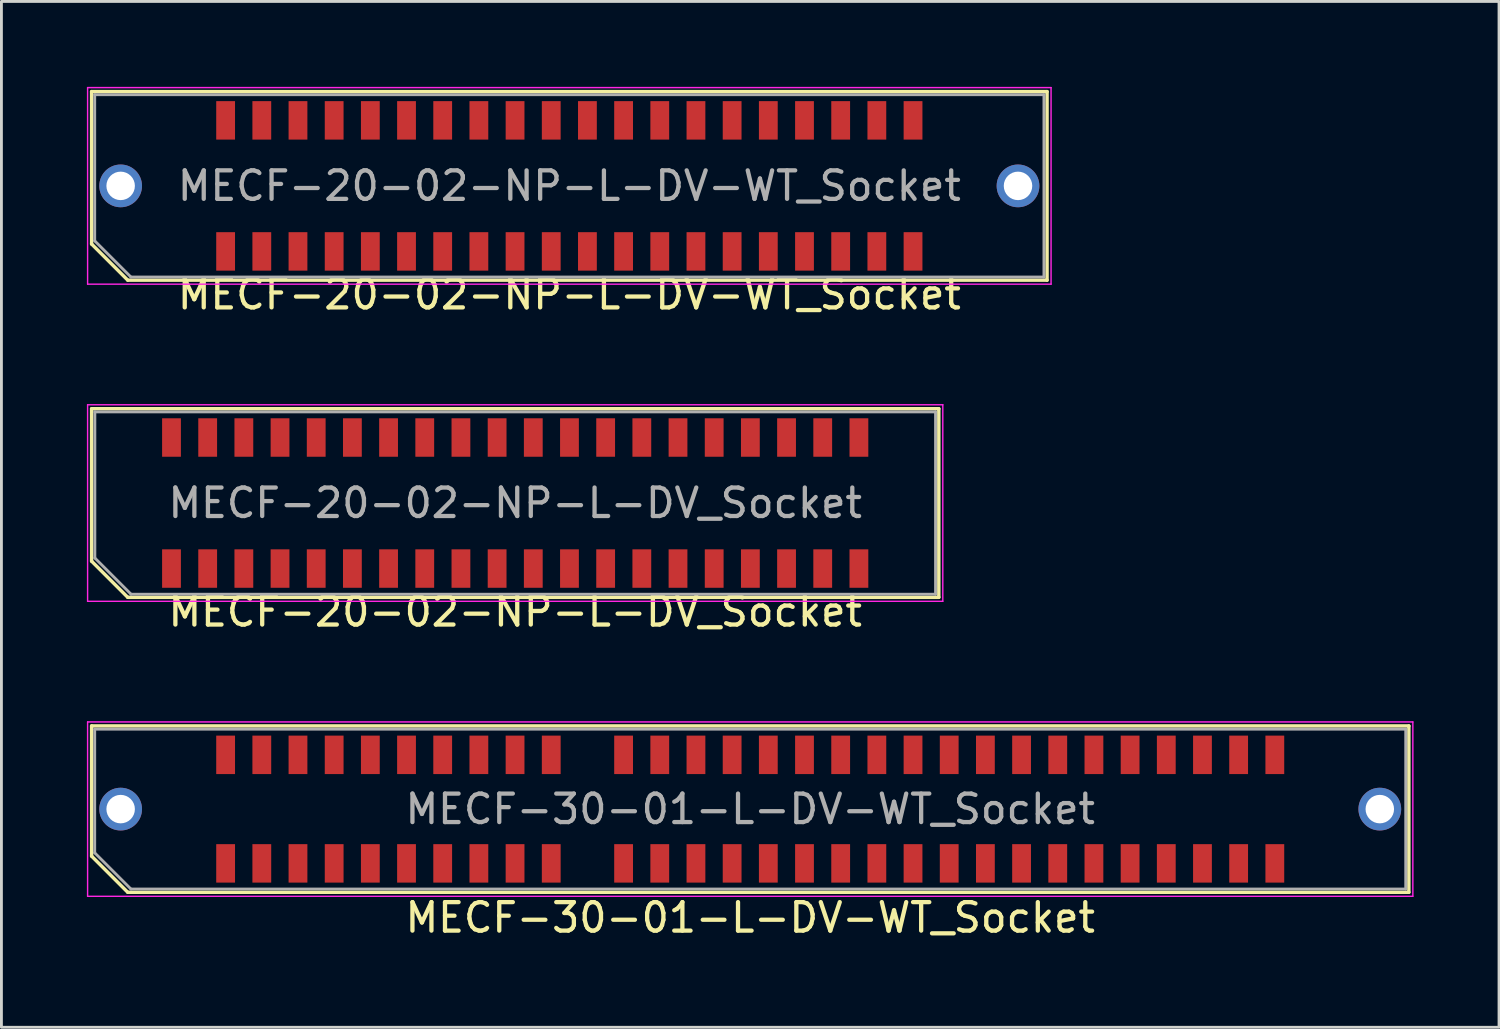
<source format=kicad_pcb>
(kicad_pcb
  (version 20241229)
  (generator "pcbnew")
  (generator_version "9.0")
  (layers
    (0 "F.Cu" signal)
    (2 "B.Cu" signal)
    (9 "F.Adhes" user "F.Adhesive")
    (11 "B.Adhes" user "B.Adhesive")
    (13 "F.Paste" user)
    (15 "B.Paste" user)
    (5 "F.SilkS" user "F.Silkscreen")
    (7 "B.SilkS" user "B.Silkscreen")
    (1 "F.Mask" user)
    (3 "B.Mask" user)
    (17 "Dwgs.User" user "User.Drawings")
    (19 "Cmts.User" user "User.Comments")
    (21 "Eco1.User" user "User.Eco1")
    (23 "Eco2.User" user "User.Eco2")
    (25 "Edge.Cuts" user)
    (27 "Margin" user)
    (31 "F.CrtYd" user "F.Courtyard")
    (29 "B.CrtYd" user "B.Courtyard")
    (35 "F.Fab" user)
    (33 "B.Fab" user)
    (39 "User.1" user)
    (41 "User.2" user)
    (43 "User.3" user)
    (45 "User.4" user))
  (footprint "MECF-20-02-NP-L-DV_Socket"
    (layer "F.Cu")
    (at 15.035 14.608)
    (property "Reference" "MECF-20-02-NP-L-DV_Socket" (at 0 3.81 0) (layer "F.SilkS") (effects (font (size 1 1) (thickness 0.15))))
    (attr smd)
    (fp_line (start -14.87 -3.31) (end 14.87 -3.31) (stroke (width 0.12) (type solid)) (layer "F.SilkS"))
    (fp_line (start -14.87 2.04) (end -14.87 -3.31) (stroke (width 0.12) (type solid)) (layer "F.SilkS"))
    (fp_line (start -13.6 3.31) (end -14.87 2.04) (stroke (width 0.12) (type solid)) (layer "F.SilkS"))
    (fp_line (start -13.6 3.31) (end 14.87 3.31) (stroke (width 0.12) (type solid)) (layer "F.SilkS"))
    (fp_line (start 14.87 3.31) (end 14.87 -3.31) (stroke (width 0.12) (type solid)) (layer "F.SilkS"))
    (fp_line (start -15.01 -3.45) (end -15.01 3.45) (stroke (width 0.05) (type solid)) (layer "F.CrtYd"))
    (fp_line (start -15.01 3.45) (end 15.01 3.45) (stroke (width 0.05) (type solid)) (layer "F.CrtYd"))
    (fp_line (start 15.01 -3.45) (end -15.01 -3.45) (stroke (width 0.05) (type solid)) (layer "F.CrtYd"))
    (fp_line (start 15.01 3.45) (end 15.01 -3.45) (stroke (width 0.05) (type solid)) (layer "F.CrtYd"))
    (fp_line (start -14.755 -3.2) (end 14.755 -3.2) (stroke (width 0.1) (type solid)) (layer "F.Fab"))
    (fp_line (start -14.755 1.93) (end -14.755 -3.2) (stroke (width 0.1) (type solid)) (layer "F.Fab"))
    (fp_line (start -14.755 1.93) (end -13.485 3.2) (stroke (width 0.1) (type solid)) (layer "F.Fab"))
    (fp_line (start -13.485 3.2) (end 14.755 3.2) (stroke (width 0.1) (type solid)) (layer "F.Fab"))
    (fp_line (start 14.755 3.2) (end 14.755 -3.2) (stroke (width 0.1) (type solid)) (layer "F.Fab"))
    (fp_text user "${REFERENCE}" (at 0 0 0) (layer "F.Fab") (effects (font (size 1 1) (thickness 0.15))))
    (pad "" np_thru_hole circle (at -13.845 0) (size 0.001 0.001) (drill 1.45) (layers "*.Cu" "*.Mask"))
    (pad "" np_thru_hole circle (at 13.845 1) (size 0.001 0.001) (drill 1.45) (layers "*.Cu" "*.Mask"))
    (pad "1" smd rect (at -12.065 2.3) (size 0.66 1.35) (layers "F.Cu" "F.Mask" "F.Paste"))
    (pad "2" smd rect (at -12.065 -2.3) (size 0.66 1.35) (layers "F.Cu" "F.Mask" "F.Paste"))
    (pad "3" smd rect (at -10.795 2.3) (size 0.66 1.35) (layers "F.Cu" "F.Mask" "F.Paste"))
    (pad "4" smd rect (at -10.795 -2.3) (size 0.66 1.35) (layers "F.Cu" "F.Mask" "F.Paste"))
    (pad "5" smd rect (at -9.525 2.3) (size 0.66 1.35) (layers "F.Cu" "F.Mask" "F.Paste"))
    (pad "6" smd rect (at -9.525 -2.3) (size 0.66 1.35) (layers "F.Cu" "F.Mask" "F.Paste"))
    (pad "7" smd rect (at -8.255 2.3) (size 0.66 1.35) (layers "F.Cu" "F.Mask" "F.Paste"))
    (pad "8" smd rect (at -8.255 -2.3) (size 0.66 1.35) (layers "F.Cu" "F.Mask" "F.Paste"))
    (pad "9" smd rect (at -6.985 2.3) (size 0.66 1.35) (layers "F.Cu" "F.Mask" "F.Paste"))
    (pad "10" smd rect (at -6.985 -2.3) (size 0.66 1.35) (layers "F.Cu" "F.Mask" "F.Paste"))
    (pad "11" smd rect (at -5.715 2.3) (size 0.66 1.35) (layers "F.Cu" "F.Mask" "F.Paste"))
    (pad "12" smd rect (at -5.715 -2.3) (size 0.66 1.35) (layers "F.Cu" "F.Mask" "F.Paste"))
    (pad "13" smd rect (at -4.445 2.3) (size 0.66 1.35) (layers "F.Cu" "F.Mask" "F.Paste"))
    (pad "14" smd rect (at -4.445 -2.3) (size 0.66 1.35) (layers "F.Cu" "F.Mask" "F.Paste"))
    (pad "15" smd rect (at -3.175 2.3) (size 0.66 1.35) (layers "F.Cu" "F.Mask" "F.Paste"))
    (pad "16" smd rect (at -3.175 -2.3) (size 0.66 1.35) (layers "F.Cu" "F.Mask" "F.Paste"))
    (pad "17" smd rect (at -1.905 2.3) (size 0.66 1.35) (layers "F.Cu" "F.Mask" "F.Paste"))
    (pad "18" smd rect (at -1.905 -2.3) (size 0.66 1.35) (layers "F.Cu" "F.Mask" "F.Paste"))
    (pad "19" smd rect (at -0.635 2.3) (size 0.66 1.35) (layers "F.Cu" "F.Mask" "F.Paste"))
    (pad "20" smd rect (at -0.635 -2.3) (size 0.66 1.35) (layers "F.Cu" "F.Mask" "F.Paste"))
    (pad "21" smd rect (at 0.635 2.3) (size 0.66 1.35) (layers "F.Cu" "F.Mask" "F.Paste"))
    (pad "22" smd rect (at 0.635 -2.3) (size 0.66 1.35) (layers "F.Cu" "F.Mask" "F.Paste"))
    (pad "23" smd rect (at 1.905 2.3) (size 0.66 1.35) (layers "F.Cu" "F.Mask" "F.Paste"))
    (pad "24" smd rect (at 1.905 -2.3) (size 0.66 1.35) (layers "F.Cu" "F.Mask" "F.Paste"))
    (pad "25" smd rect (at 3.175 2.3) (size 0.66 1.35) (layers "F.Cu" "F.Mask" "F.Paste"))
    (pad "26" smd rect (at 3.175 -2.3) (size 0.66 1.35) (layers "F.Cu" "F.Mask" "F.Paste"))
    (pad "27" smd rect (at 4.445 2.3) (size 0.66 1.35) (layers "F.Cu" "F.Mask" "F.Paste"))
    (pad "28" smd rect (at 4.445 -2.3) (size 0.66 1.35) (layers "F.Cu" "F.Mask" "F.Paste"))
    (pad "29" smd rect (at 5.715 2.3) (size 0.66 1.35) (layers "F.Cu" "F.Mask" "F.Paste"))
    (pad "30" smd rect (at 5.715 -2.3) (size 0.66 1.35) (layers "F.Cu" "F.Mask" "F.Paste"))
    (pad "31" smd rect (at 6.985 2.3) (size 0.66 1.35) (layers "F.Cu" "F.Mask" "F.Paste"))
    (pad "32" smd rect (at 6.985 -2.3) (size 0.66 1.35) (layers "F.Cu" "F.Mask" "F.Paste"))
    (pad "33" smd rect (at 8.255 2.3) (size 0.66 1.35) (layers "F.Cu" "F.Mask" "F.Paste"))
    (pad "34" smd rect (at 8.255 -2.3) (size 0.66 1.35) (layers "F.Cu" "F.Mask" "F.Paste"))
    (pad "35" smd rect (at 9.525 2.3) (size 0.66 1.35) (layers "F.Cu" "F.Mask" "F.Paste"))
    (pad "36" smd rect (at 9.525 -2.3) (size 0.66 1.35) (layers "F.Cu" "F.Mask" "F.Paste"))
    (pad "37" smd rect (at 10.795 2.3) (size 0.66 1.35) (layers "F.Cu" "F.Mask" "F.Paste"))
    (pad "38" smd rect (at 10.795 -2.3) (size 0.66 1.35) (layers "F.Cu" "F.Mask" "F.Paste"))
    (pad "39" smd rect (at 12.065 2.3) (size 0.66 1.35) (layers "F.Cu" "F.Mask" "F.Paste"))
    (pad "40" smd rect (at 12.065 -2.3) (size 0.66 1.35) (layers "F.Cu" "F.Mask" "F.Paste")))
  (footprint "MECF-30-01-L-DV-WT_Socket"
    (layer "F.Cu")
    (at 23.285 25.352)
    (property "Reference" "MECF-30-01-L-DV-WT_Socket" (at 0 3.81 0) (layer "F.SilkS") (effects (font (size 1 1) (thickness 0.15))))
    (attr smd)
    (fp_line (start -23.12 -2.92) (end 23.12 -2.92) (stroke (width 0.12) (type solid)) (layer "F.SilkS"))
    (fp_line (start -23.12 1.65) (end -23.12 -2.92) (stroke (width 0.12) (type solid)) (layer "F.SilkS"))
    (fp_line (start -21.85 2.92) (end -23.12 1.65) (stroke (width 0.12) (type solid)) (layer "F.SilkS"))
    (fp_line (start -21.85 2.92) (end 23.12 2.92) (stroke (width 0.12) (type solid)) (layer "F.SilkS"))
    (fp_line (start 23.12 2.92) (end 23.12 -2.92) (stroke (width 0.12) (type solid)) (layer "F.SilkS"))
    (fp_line (start -23.26 -3.06) (end -23.26 3.06) (stroke (width 0.05) (type solid)) (layer "F.CrtYd"))
    (fp_line (start -23.26 3.06) (end 23.26 3.06) (stroke (width 0.05) (type solid)) (layer "F.CrtYd"))
    (fp_line (start 23.26 -3.06) (end -23.26 -3.06) (stroke (width 0.05) (type solid)) (layer "F.CrtYd"))
    (fp_line (start 23.26 3.06) (end 23.26 -3.06) (stroke (width 0.05) (type solid)) (layer "F.CrtYd"))
    (fp_line (start -23.01 -2.805) (end 23.01 -2.805) (stroke (width 0.1) (type solid)) (layer "F.Fab"))
    (fp_line (start -23.01 1.535) (end -23.01 -2.805) (stroke (width 0.1) (type solid)) (layer "F.Fab"))
    (fp_line (start -23.01 1.535) (end -21.74 2.805) (stroke (width 0.1) (type solid)) (layer "F.Fab"))
    (fp_line (start -21.74 2.805) (end 23.01 2.805) (stroke (width 0.1) (type solid)) (layer "F.Fab"))
    (fp_line (start 23.01 2.805) (end 23.01 -2.805) (stroke (width 0.1) (type solid)) (layer "F.Fab"))
    (fp_text user "${REFERENCE}" (at 0 0 0) (layer "F.Fab") (effects (font (size 1 1) (thickness 0.15))))
    (pad "" thru_hole circle (at -22.1 0) (size 1.5 1.5) (drill 1) (layers "*.Cu" "*.Mask"))
    (pad "" np_thru_hole circle (at -20.195 0) (size 0.001 0.001) (drill 1.45) (layers "*.Cu" "*.Mask"))
    (pad "" np_thru_hole circle (at 20.195 1) (size 0.001 0.001) (drill 1.45) (layers "*.Cu" "*.Mask"))
    (pad "" thru_hole circle (at 22.1 0) (size 1.5 1.5) (drill 1) (layers "*.Cu" "*.Mask"))
    (pad "1" smd rect (at -18.415 1.905) (size 0.66 1.35) (layers "F.Cu" "F.Mask" "F.Paste"))
    (pad "2" smd rect (at -18.415 -1.905) (size 0.66 1.35) (layers "F.Cu" "F.Mask" "F.Paste"))
    (pad "3" smd rect (at -17.145 1.905) (size 0.66 1.35) (layers "F.Cu" "F.Mask" "F.Paste"))
    (pad "4" smd rect (at -17.145 -1.905) (size 0.66 1.35) (layers "F.Cu" "F.Mask" "F.Paste"))
    (pad "5" smd rect (at -15.875 1.905) (size 0.66 1.35) (layers "F.Cu" "F.Mask" "F.Paste"))
    (pad "6" smd rect (at -15.875 -1.905) (size 0.66 1.35) (layers "F.Cu" "F.Mask" "F.Paste"))
    (pad "7" smd rect (at -14.605 1.905) (size 0.66 1.35) (layers "F.Cu" "F.Mask" "F.Paste"))
    (pad "8" smd rect (at -14.605 -1.905) (size 0.66 1.35) (layers "F.Cu" "F.Mask" "F.Paste"))
    (pad "9" smd rect (at -13.335 1.905) (size 0.66 1.35) (layers "F.Cu" "F.Mask" "F.Paste"))
    (pad "10" smd rect (at -13.335 -1.905) (size 0.66 1.35) (layers "F.Cu" "F.Mask" "F.Paste"))
    (pad "11" smd rect (at -12.065 1.905) (size 0.66 1.35) (layers "F.Cu" "F.Mask" "F.Paste"))
    (pad "12" smd rect (at -12.065 -1.905) (size 0.66 1.35) (layers "F.Cu" "F.Mask" "F.Paste"))
    (pad "13" smd rect (at -10.795 1.905) (size 0.66 1.35) (layers "F.Cu" "F.Mask" "F.Paste"))
    (pad "14" smd rect (at -10.795 -1.905) (size 0.66 1.35) (layers "F.Cu" "F.Mask" "F.Paste"))
    (pad "15" smd rect (at -9.525 1.905) (size 0.66 1.35) (layers "F.Cu" "F.Mask" "F.Paste"))
    (pad "16" smd rect (at -9.525 -1.905) (size 0.66 1.35) (layers "F.Cu" "F.Mask" "F.Paste"))
    (pad "17" smd rect (at -8.255 1.905) (size 0.66 1.35) (layers "F.Cu" "F.Mask" "F.Paste"))
    (pad "18" smd rect (at -8.255 -1.905) (size 0.66 1.35) (layers "F.Cu" "F.Mask" "F.Paste"))
    (pad "19" smd rect (at -6.985 1.905) (size 0.66 1.35) (layers "F.Cu" "F.Mask" "F.Paste"))
    (pad "20" smd rect (at -6.985 -1.905) (size 0.66 1.35) (layers "F.Cu" "F.Mask" "F.Paste"))
    (pad "23" smd rect (at -4.445 1.905) (size 0.66 1.35) (layers "F.Cu" "F.Mask" "F.Paste"))
    (pad "24" smd rect (at -4.445 -1.905) (size 0.66 1.35) (layers "F.Cu" "F.Mask" "F.Paste"))
    (pad "25" smd rect (at -3.175 1.905) (size 0.66 1.35) (layers "F.Cu" "F.Mask" "F.Paste"))
    (pad "26" smd rect (at -3.175 -1.905) (size 0.66 1.35) (layers "F.Cu" "F.Mask" "F.Paste"))
    (pad "27" smd rect (at -1.905 1.905) (size 0.66 1.35) (layers "F.Cu" "F.Mask" "F.Paste"))
    (pad "28" smd rect (at -1.905 -1.905) (size 0.66 1.35) (layers "F.Cu" "F.Mask" "F.Paste"))
    (pad "29" smd rect (at -0.635 1.905) (size 0.66 1.35) (layers "F.Cu" "F.Mask" "F.Paste"))
    (pad "30" smd rect (at -0.635 -1.905) (size 0.66 1.35) (layers "F.Cu" "F.Mask" "F.Paste"))
    (pad "31" smd rect (at 0.635 1.905) (size 0.66 1.35) (layers "F.Cu" "F.Mask" "F.Paste"))
    (pad "32" smd rect (at 0.635 -1.905) (size 0.66 1.35) (layers "F.Cu" "F.Mask" "F.Paste"))
    (pad "33" smd rect (at 1.905 1.905) (size 0.66 1.35) (layers "F.Cu" "F.Mask" "F.Paste"))
    (pad "34" smd rect (at 1.905 -1.905) (size 0.66 1.35) (layers "F.Cu" "F.Mask" "F.Paste"))
    (pad "35" smd rect (at 3.175 1.905) (size 0.66 1.35) (layers "F.Cu" "F.Mask" "F.Paste"))
    (pad "36" smd rect (at 3.175 -1.905) (size 0.66 1.35) (layers "F.Cu" "F.Mask" "F.Paste"))
    (pad "37" smd rect (at 4.445 1.905) (size 0.66 1.35) (layers "F.Cu" "F.Mask" "F.Paste"))
    (pad "38" smd rect (at 4.445 -1.905) (size 0.66 1.35) (layers "F.Cu" "F.Mask" "F.Paste"))
    (pad "39" smd rect (at 5.715 1.905) (size 0.66 1.35) (layers "F.Cu" "F.Mask" "F.Paste"))
    (pad "40" smd rect (at 5.715 -1.905) (size 0.66 1.35) (layers "F.Cu" "F.Mask" "F.Paste"))
    (pad "41" smd rect (at 6.985 1.905) (size 0.66 1.35) (layers "F.Cu" "F.Mask" "F.Paste"))
    (pad "42" smd rect (at 6.985 -1.905) (size 0.66 1.35) (layers "F.Cu" "F.Mask" "F.Paste"))
    (pad "43" smd rect (at 8.255 1.905) (size 0.66 1.35) (layers "F.Cu" "F.Mask" "F.Paste"))
    (pad "44" smd rect (at 8.255 -1.905) (size 0.66 1.35) (layers "F.Cu" "F.Mask" "F.Paste"))
    (pad "45" smd rect (at 9.525 1.905) (size 0.66 1.35) (layers "F.Cu" "F.Mask" "F.Paste"))
    (pad "46" smd rect (at 9.525 -1.905) (size 0.66 1.35) (layers "F.Cu" "F.Mask" "F.Paste"))
    (pad "47" smd rect (at 10.795 1.905) (size 0.66 1.35) (layers "F.Cu" "F.Mask" "F.Paste"))
    (pad "48" smd rect (at 10.795 -1.905) (size 0.66 1.35) (layers "F.Cu" "F.Mask" "F.Paste"))
    (pad "49" smd rect (at 12.065 1.905) (size 0.66 1.35) (layers "F.Cu" "F.Mask" "F.Paste"))
    (pad "50" smd rect (at 12.065 -1.905) (size 0.66 1.35) (layers "F.Cu" "F.Mask" "F.Paste"))
    (pad "51" smd rect (at 13.335 1.905) (size 0.66 1.35) (layers "F.Cu" "F.Mask" "F.Paste"))
    (pad "52" smd rect (at 13.335 -1.905) (size 0.66 1.35) (layers "F.Cu" "F.Mask" "F.Paste"))
    (pad "53" smd rect (at 14.605 1.905) (size 0.66 1.35) (layers "F.Cu" "F.Mask" "F.Paste"))
    (pad "54" smd rect (at 14.605 -1.905) (size 0.66 1.35) (layers "F.Cu" "F.Mask" "F.Paste"))
    (pad "55" smd rect (at 15.875 1.905) (size 0.66 1.35) (layers "F.Cu" "F.Mask" "F.Paste"))
    (pad "56" smd rect (at 15.875 -1.905) (size 0.66 1.35) (layers "F.Cu" "F.Mask" "F.Paste"))
    (pad "57" smd rect (at 17.145 1.905) (size 0.66 1.35) (layers "F.Cu" "F.Mask" "F.Paste"))
    (pad "58" smd rect (at 17.145 -1.905) (size 0.66 1.35) (layers "F.Cu" "F.Mask" "F.Paste"))
    (pad "59" smd rect (at 18.415 1.905) (size 0.66 1.35) (layers "F.Cu" "F.Mask" "F.Paste"))
    (pad "60" smd rect (at 18.415 -1.905) (size 0.66 1.35) (layers "F.Cu" "F.Mask" "F.Paste")))
  (footprint "MECF-20-02-NP-L-DV-WT_Socket"
    (layer "F.Cu")
    (at 16.935 3.475)
    (property "Reference" "MECF-20-02-NP-L-DV-WT_Socket" (at 0 3.81 0) (layer "F.SilkS") (effects (font (size 1 1) (thickness 0.15))))
    (attr smd)
    (fp_line (start -16.77 -3.31) (end 16.77 -3.31) (stroke (width 0.12) (type solid)) (layer "F.SilkS"))
    (fp_line (start -16.77 2.04) (end -16.77 -3.31) (stroke (width 0.12) (type solid)) (layer "F.SilkS"))
    (fp_line (start -15.5 3.31) (end -16.77 2.04) (stroke (width 0.12) (type solid)) (layer "F.SilkS"))
    (fp_line (start -15.5 3.31) (end 16.77 3.31) (stroke (width 0.12) (type solid)) (layer "F.SilkS"))
    (fp_line (start 16.77 3.31) (end 16.77 -3.31) (stroke (width 0.12) (type solid)) (layer "F.SilkS"))
    (fp_line (start -16.91 -3.45) (end -16.91 3.45) (stroke (width 0.05) (type solid)) (layer "F.CrtYd"))
    (fp_line (start -16.91 3.45) (end 16.91 3.45) (stroke (width 0.05) (type solid)) (layer "F.CrtYd"))
    (fp_line (start 16.91 -3.45) (end -16.91 -3.45) (stroke (width 0.05) (type solid)) (layer "F.CrtYd"))
    (fp_line (start 16.91 3.45) (end 16.91 -3.45) (stroke (width 0.05) (type solid)) (layer "F.CrtYd"))
    (fp_line (start -16.66 -3.2) (end 16.66 -3.2) (stroke (width 0.1) (type solid)) (layer "F.Fab"))
    (fp_line (start -16.66 1.93) (end -16.66 -3.2) (stroke (width 0.1) (type solid)) (layer "F.Fab"))
    (fp_line (start -16.66 1.93) (end -15.39 3.2) (stroke (width 0.1) (type solid)) (layer "F.Fab"))
    (fp_line (start -15.39 3.2) (end 16.66 3.2) (stroke (width 0.1) (type solid)) (layer "F.Fab"))
    (fp_line (start 16.66 3.2) (end 16.66 -3.2) (stroke (width 0.1) (type solid)) (layer "F.Fab"))
    (fp_text user "${REFERENCE}" (at 0 0 0) (layer "F.Fab") (effects (font (size 1 1) (thickness 0.15))))
    (pad "" thru_hole circle (at -15.75 0) (size 1.5 1.5) (drill 1) (layers "*.Cu" "*.Mask"))
    (pad "" np_thru_hole circle (at -13.845 0) (size 0.001 0.001) (drill 1.45) (layers "*.Cu" "*.Mask"))
    (pad "" np_thru_hole circle (at 13.845 1) (size 0.001 0.001) (drill 1.45) (layers "*.Cu" "*.Mask"))
    (pad "" thru_hole circle (at 15.75 0) (size 1.5 1.5) (drill 1) (layers "*.Cu" "*.Mask"))
    (pad "1" smd rect (at -12.065 2.3) (size 0.66 1.35) (layers "F.Cu" "F.Mask" "F.Paste"))
    (pad "2" smd rect (at -12.065 -2.3) (size 0.66 1.35) (layers "F.Cu" "F.Mask" "F.Paste"))
    (pad "3" smd rect (at -10.795 2.3) (size 0.66 1.35) (layers "F.Cu" "F.Mask" "F.Paste"))
    (pad "4" smd rect (at -10.795 -2.3) (size 0.66 1.35) (layers "F.Cu" "F.Mask" "F.Paste"))
    (pad "5" smd rect (at -9.525 2.3) (size 0.66 1.35) (layers "F.Cu" "F.Mask" "F.Paste"))
    (pad "6" smd rect (at -9.525 -2.3) (size 0.66 1.35) (layers "F.Cu" "F.Mask" "F.Paste"))
    (pad "7" smd rect (at -8.255 2.3) (size 0.66 1.35) (layers "F.Cu" "F.Mask" "F.Paste"))
    (pad "8" smd rect (at -8.255 -2.3) (size 0.66 1.35) (layers "F.Cu" "F.Mask" "F.Paste"))
    (pad "9" smd rect (at -6.985 2.3) (size 0.66 1.35) (layers "F.Cu" "F.Mask" "F.Paste"))
    (pad "10" smd rect (at -6.985 -2.3) (size 0.66 1.35) (layers "F.Cu" "F.Mask" "F.Paste"))
    (pad "11" smd rect (at -5.715 2.3) (size 0.66 1.35) (layers "F.Cu" "F.Mask" "F.Paste"))
    (pad "12" smd rect (at -5.715 -2.3) (size 0.66 1.35) (layers "F.Cu" "F.Mask" "F.Paste"))
    (pad "13" smd rect (at -4.445 2.3) (size 0.66 1.35) (layers "F.Cu" "F.Mask" "F.Paste"))
    (pad "14" smd rect (at -4.445 -2.3) (size 0.66 1.35) (layers "F.Cu" "F.Mask" "F.Paste"))
    (pad "15" smd rect (at -3.175 2.3) (size 0.66 1.35) (layers "F.Cu" "F.Mask" "F.Paste"))
    (pad "16" smd rect (at -3.175 -2.3) (size 0.66 1.35) (layers "F.Cu" "F.Mask" "F.Paste"))
    (pad "17" smd rect (at -1.905 2.3) (size 0.66 1.35) (layers "F.Cu" "F.Mask" "F.Paste"))
    (pad "18" smd rect (at -1.905 -2.3) (size 0.66 1.35) (layers "F.Cu" "F.Mask" "F.Paste"))
    (pad "19" smd rect (at -0.635 2.3) (size 0.66 1.35) (layers "F.Cu" "F.Mask" "F.Paste"))
    (pad "20" smd rect (at -0.635 -2.3) (size 0.66 1.35) (layers "F.Cu" "F.Mask" "F.Paste"))
    (pad "21" smd rect (at 0.635 2.3) (size 0.66 1.35) (layers "F.Cu" "F.Mask" "F.Paste"))
    (pad "22" smd rect (at 0.635 -2.3) (size 0.66 1.35) (layers "F.Cu" "F.Mask" "F.Paste"))
    (pad "23" smd rect (at 1.905 2.3) (size 0.66 1.35) (layers "F.Cu" "F.Mask" "F.Paste"))
    (pad "24" smd rect (at 1.905 -2.3) (size 0.66 1.35) (layers "F.Cu" "F.Mask" "F.Paste"))
    (pad "25" smd rect (at 3.175 2.3) (size 0.66 1.35) (layers "F.Cu" "F.Mask" "F.Paste"))
    (pad "26" smd rect (at 3.175 -2.3) (size 0.66 1.35) (layers "F.Cu" "F.Mask" "F.Paste"))
    (pad "27" smd rect (at 4.445 2.3) (size 0.66 1.35) (layers "F.Cu" "F.Mask" "F.Paste"))
    (pad "28" smd rect (at 4.445 -2.3) (size 0.66 1.35) (layers "F.Cu" "F.Mask" "F.Paste"))
    (pad "29" smd rect (at 5.715 2.3) (size 0.66 1.35) (layers "F.Cu" "F.Mask" "F.Paste"))
    (pad "30" smd rect (at 5.715 -2.3) (size 0.66 1.35) (layers "F.Cu" "F.Mask" "F.Paste"))
    (pad "31" smd rect (at 6.985 2.3) (size 0.66 1.35) (layers "F.Cu" "F.Mask" "F.Paste"))
    (pad "32" smd rect (at 6.985 -2.3) (size 0.66 1.35) (layers "F.Cu" "F.Mask" "F.Paste"))
    (pad "33" smd rect (at 8.255 2.3) (size 0.66 1.35) (layers "F.Cu" "F.Mask" "F.Paste"))
    (pad "34" smd rect (at 8.255 -2.3) (size 0.66 1.35) (layers "F.Cu" "F.Mask" "F.Paste"))
    (pad "35" smd rect (at 9.525 2.3) (size 0.66 1.35) (layers "F.Cu" "F.Mask" "F.Paste"))
    (pad "36" smd rect (at 9.525 -2.3) (size 0.66 1.35) (layers "F.Cu" "F.Mask" "F.Paste"))
    (pad "37" smd rect (at 10.795 2.3) (size 0.66 1.35) (layers "F.Cu" "F.Mask" "F.Paste"))
    (pad "38" smd rect (at 10.795 -2.3) (size 0.66 1.35) (layers "F.Cu" "F.Mask" "F.Paste"))
    (pad "39" smd rect (at 12.065 2.3) (size 0.66 1.35) (layers "F.Cu" "F.Mask" "F.Paste"))
    (pad "40" smd rect (at 12.065 -2.3) (size 0.66 1.35) (layers "F.Cu" "F.Mask" "F.Paste")))
  (gr_rect
    (start -3 -3)
    (end 49.57 33.01)
    (stroke (width 0.1) (type default))
    (fill no)
    (layer "Edge.Cuts")))
</source>
